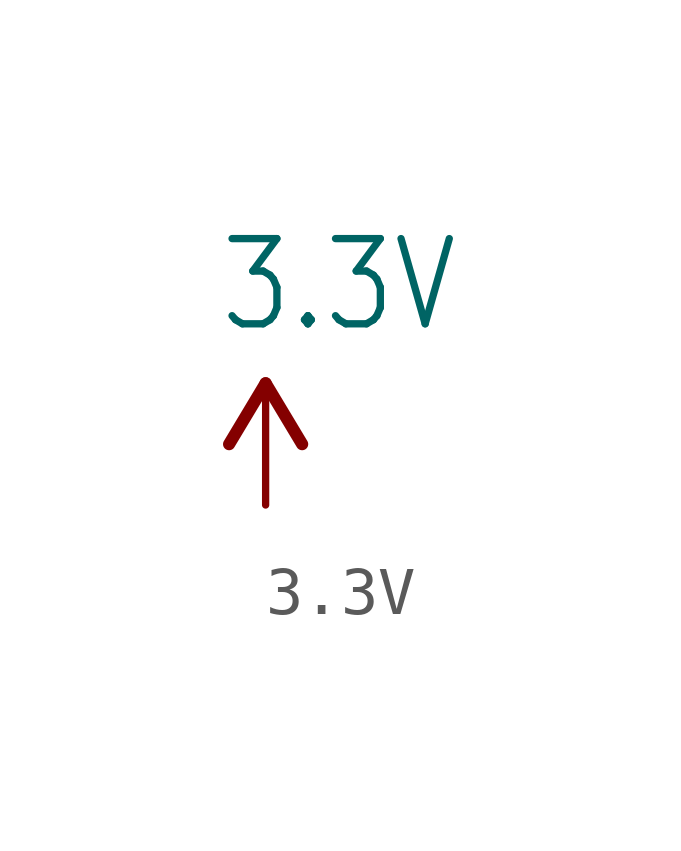
<source format=kicad_sym>
(kicad_symbol_lib
  (version 20211014)
  (generator kicad_symbol_editor)
  (symbol "3.3V"
    (power)
    (property "Reference" "#P+"
      (at 0 0 0)
      (effects (font (size 1.27 1.27)) hide))
    (property "Value" "3.3V"
      (at -1.016 3.556 0)
      (effects (font (size 1.778 1.511)) (justify left bottom)))
    (property "ki_locked" ""
      (at 0 0 0)
      (effects (font (size 1.27 1.27))))
    (symbol "3.3V_1_0"
      (polyline (pts (xy 0 2.54) (xy -0.762 1.27)) (stroke (width 0.254) (type default) (color 0 0 0 0)) (fill (type none)))
      (polyline (pts (xy 0.762 1.27) (xy 0 2.54)) (stroke (width 0.254) (type default) (color 0 0 0 0)) (fill (type none)))
      (pin power_in line (at 0 0 90) (length 2.54) (name "3.3V" (effects (font (size 0 0)))) (number "1" (effects (font (size 0 0))))))))
</source>
